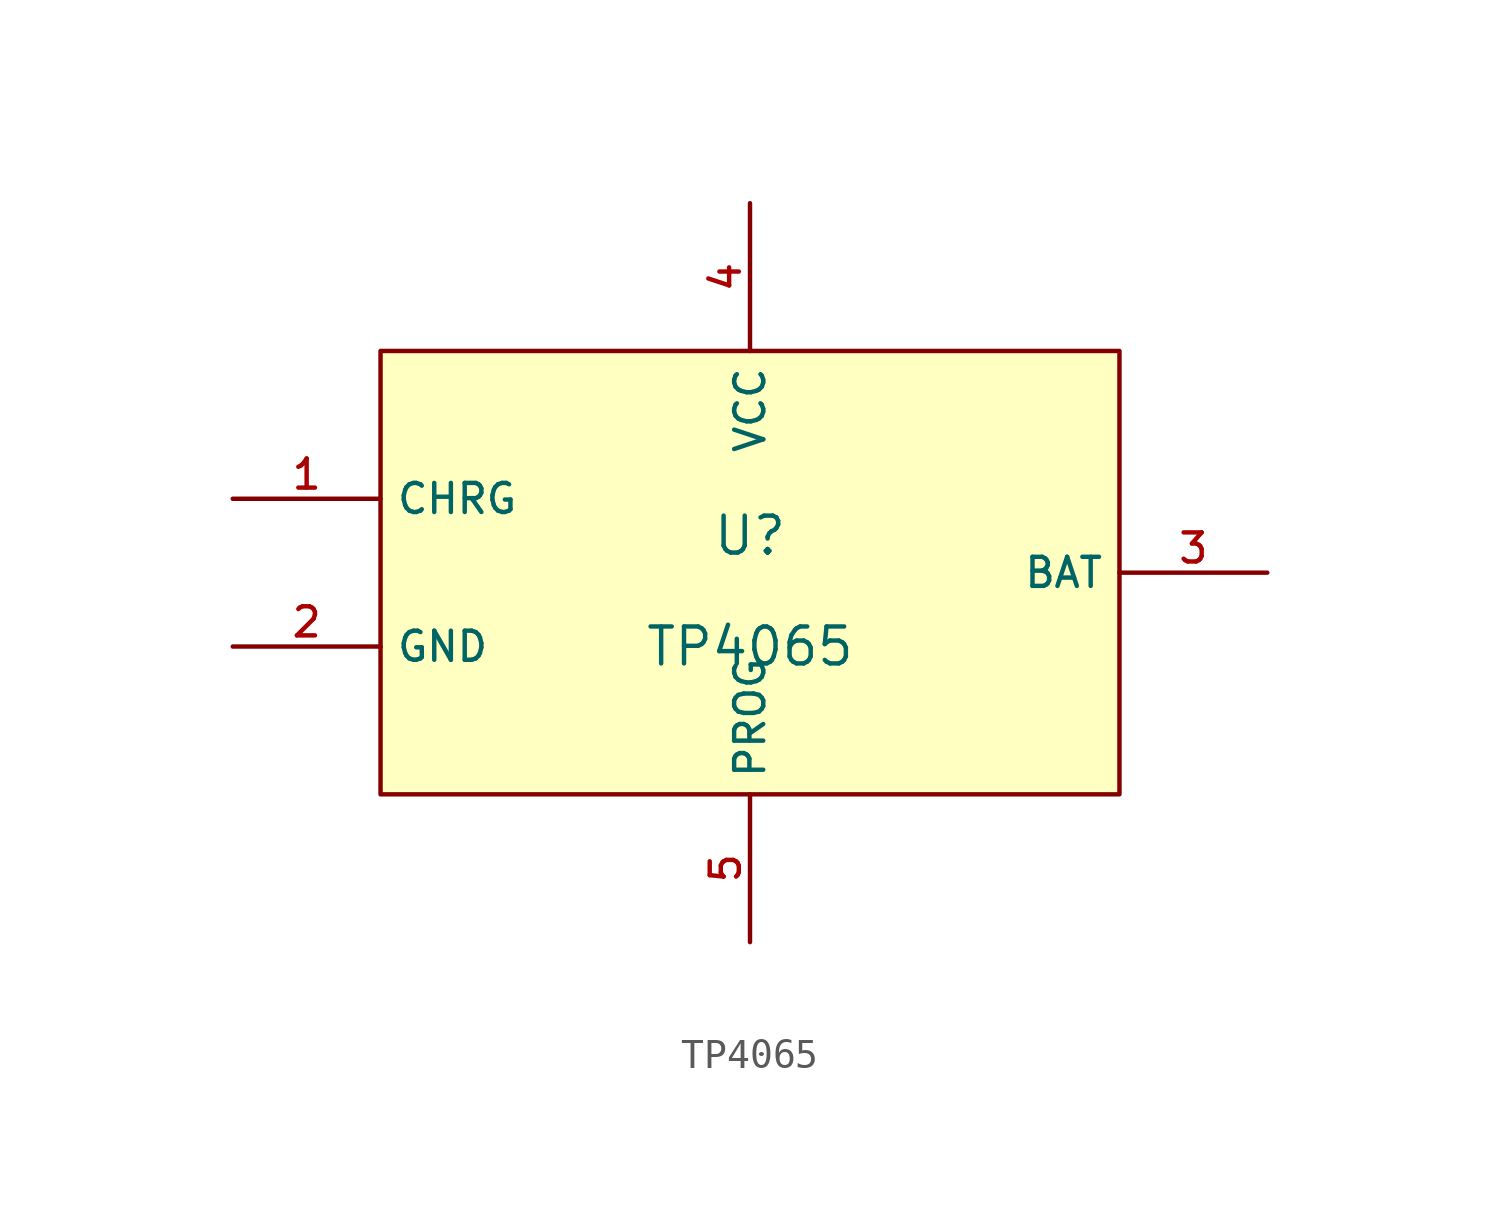
<source format=kicad_sym>
(kicad_symbol_lib
  (version 20210201)
  (generator TousstNicolas/JLC2KiCad_lib)
  (symbol "TP4065"
    (property "Reference" "U"
      (at 0 1.27 0)
      (effects (font (size 1.27 1.27))))
    (property "Value" "TP4065"
      (at 0 -2.54 0)
      (effects (font (size 1.27 1.27))))
    (symbol "TP4065_0_1"
      (rectangle (start -12.7 7.62) (end 12.7 -7.62) (stroke (width 0) (type default) (color 0 0 0 0)) (fill (type background)))
      (pin unspecified line (at -17.78 2.54 0) (length 5.08) (name "CHRG" (effects (font (size 1 1)))) (number "1" (effects (font (size 1 1)))))
      (pin unspecified line (at -17.78 -2.54 0) (length 5.08) (name "GND" (effects (font (size 1 1)))) (number "2" (effects (font (size 1 1)))))
      (pin unspecified line (at 17.78 -0.0 180) (length 5.08) (name "BAT" (effects (font (size 1 1)))) (number "3" (effects (font (size 1 1)))))
      (pin unspecified line (at 0.0 -12.7 90) (length 5.08) (name "PROG" (effects (font (size 1 1)))) (number "5" (effects (font (size 1 1)))))
      (pin unspecified line (at 0.0 12.7 270) (length 5.08) (name "VCC" (effects (font (size 1 1)))) (number "4" (effects (font (size 1 1))))))))
</source>
